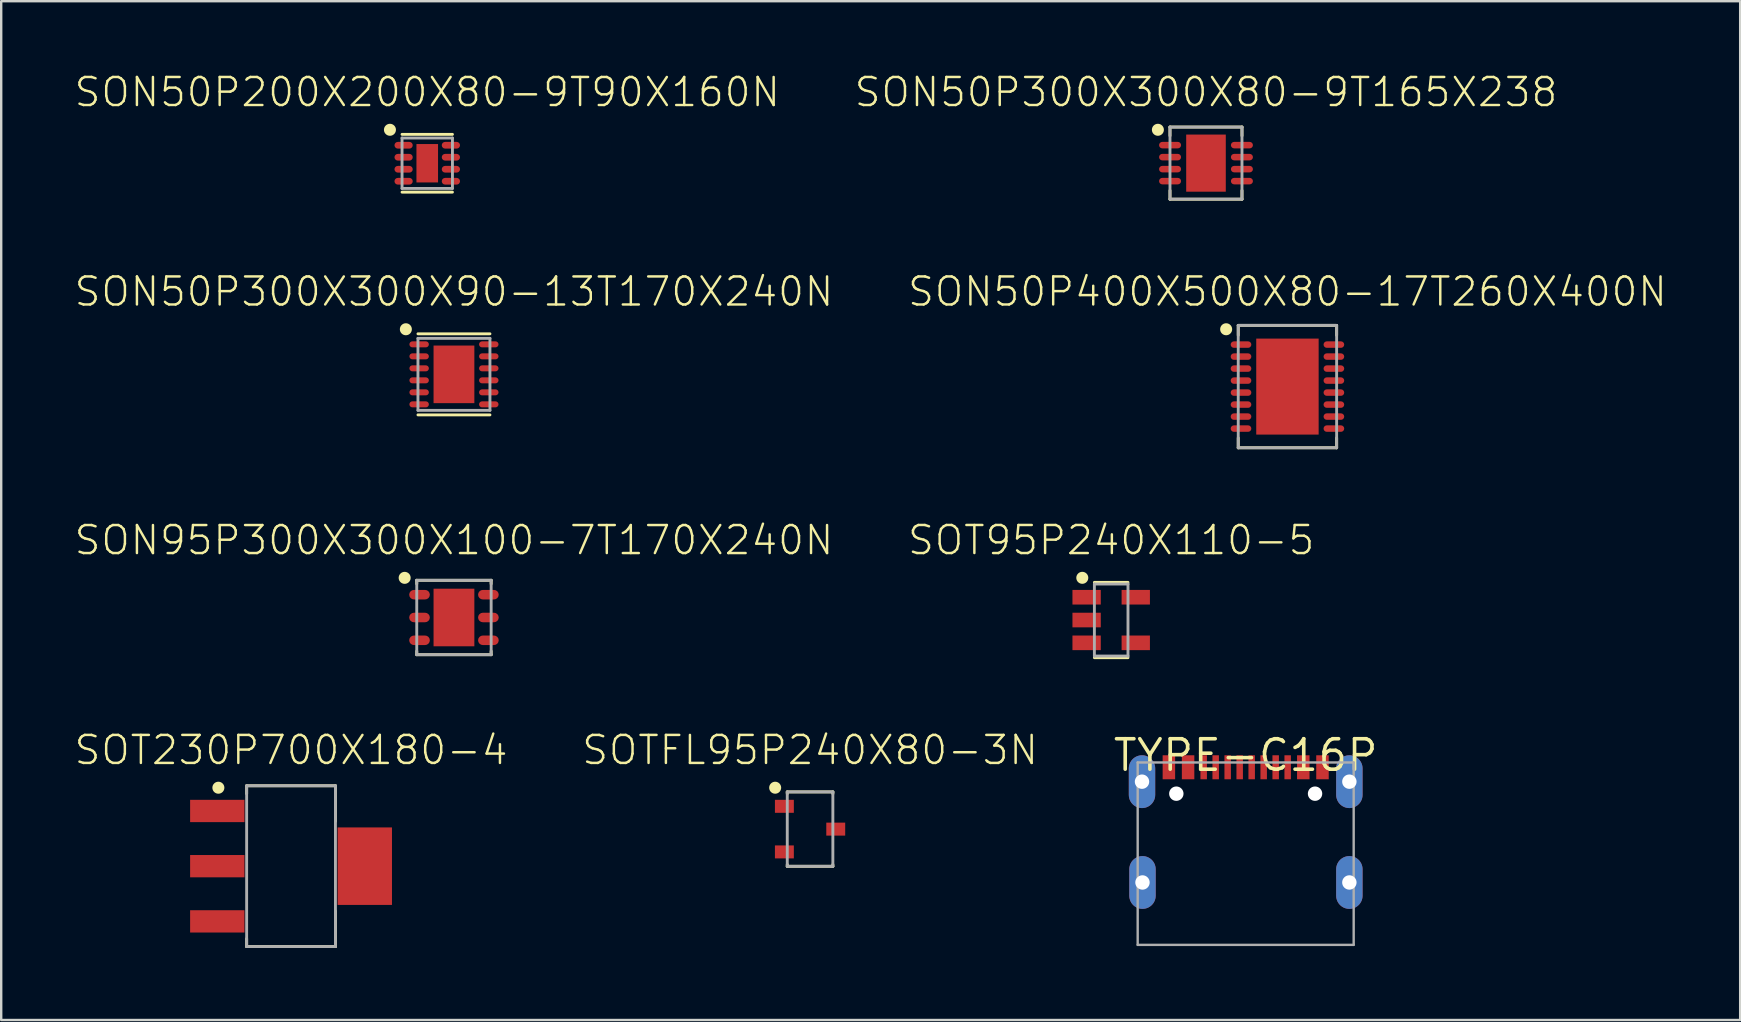
<source format=kicad_pcb>
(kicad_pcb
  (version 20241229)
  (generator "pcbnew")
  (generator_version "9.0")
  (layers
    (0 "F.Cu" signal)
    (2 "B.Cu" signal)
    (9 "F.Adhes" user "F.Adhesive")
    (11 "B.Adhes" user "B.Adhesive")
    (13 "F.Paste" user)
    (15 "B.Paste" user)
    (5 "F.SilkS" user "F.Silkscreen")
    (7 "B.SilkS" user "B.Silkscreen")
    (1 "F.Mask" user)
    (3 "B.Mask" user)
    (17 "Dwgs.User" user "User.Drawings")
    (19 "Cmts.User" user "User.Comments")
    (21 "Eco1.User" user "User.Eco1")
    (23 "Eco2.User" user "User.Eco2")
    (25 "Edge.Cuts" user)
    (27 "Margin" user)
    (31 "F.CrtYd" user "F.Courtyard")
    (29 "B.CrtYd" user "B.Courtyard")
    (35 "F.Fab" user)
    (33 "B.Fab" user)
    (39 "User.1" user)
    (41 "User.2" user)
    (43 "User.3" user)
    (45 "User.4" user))
  (footprint "SOT230P700X180-4"
    (layer "F.Cu")
    (at 9.077 33.041)
    (property "Reference" "SOT230P700X180-4" (at 0 -4.154 0) (unlocked yes) (layer "F.SilkS") (effects (font (size 1.168 1.168) (thickness 0.102)) (justify bottom)))
    (fp_line (start -1.85 -3.35) (end 1.85 -3.35) (stroke (width 0.12) (type solid)) (layer "F.SilkS"))
    (fp_line (start -1.85 -3.019) (end -1.85 -3.35) (stroke (width 0.12) (type solid)) (layer "F.SilkS"))
    (fp_line (start -1.85 3.019) (end -1.85 3.35) (stroke (width 0.12) (type solid)) (layer "F.SilkS"))
    (fp_line (start -1.85 3.35) (end 1.85 3.35) (stroke (width 0.12) (type solid)) (layer "F.SilkS"))
    (fp_line (start 1.85 -3.35) (end 1.85 -1.869) (stroke (width 0.12) (type solid)) (layer "F.SilkS"))
    (fp_line (start 1.85 3.35) (end 1.85 1.869) (stroke (width 0.12) (type solid)) (layer "F.SilkS"))
    (fp_circle (center -3.028 -3.269) (end -2.903 -3.269) (stroke (width 0.25) (type solid)) (fill yes) (layer "F.SilkS"))
    (fp_line (start -1.85 -3.35) (end 1.85 -3.35) (stroke (width 0.12) (type solid)) (layer "F.Fab"))
    (fp_line (start -1.85 3.35) (end -1.85 -3.35) (stroke (width 0.12) (type solid)) (layer "F.Fab"))
    (fp_line (start 1.85 -3.35) (end 1.85 3.35) (stroke (width 0.12) (type solid)) (layer "F.Fab"))
    (fp_line (start 1.85 3.35) (end -1.85 3.35) (stroke (width 0.12) (type solid)) (layer "F.Fab"))
    (pad "1" smd rect (at -3.073 -2.3) (size 2.265 0.929) (layers "F.Cu" "F.Mask" "F.Paste"))
    (pad "2" smd rect (at -3.073 0) (size 2.265 0.929) (layers "F.Cu" "F.Mask" "F.Paste"))
    (pad "3" smd rect (at -3.073 2.3) (size 2.265 0.929) (layers "F.Cu" "F.Mask" "F.Paste"))
    (pad "4" smd rect (at 3.073 0) (size 2.265 3.229) (layers "F.Cu" "F.Mask" "F.Paste")))
  (footprint "SOT95P240X110-5"
    (layer "F.Cu")
    (at 43.25 22.785)
    (property "Reference" "SOT95P240X110-5" (at 0 -2.644 0) (unlocked yes) (layer "F.SilkS") (effects (font (size 1.168 1.168) (thickness 0.102)) (justify bottom)))
    (fp_line (start -0.7 -1.569) (end 0.7 -1.569) (stroke (width 0.12) (type solid)) (layer "F.SilkS"))
    (fp_line (start -0.7 1.569) (end 0.7 1.569) (stroke (width 0.12) (type solid)) (layer "F.SilkS"))
    (fp_circle (center -1.204 -1.759) (end -1.079 -1.759) (stroke (width 0.25) (type solid)) (fill yes) (layer "F.SilkS"))
    (fp_line (start -0.7 -1.5) (end 0.7 -1.5) (stroke (width 0.12) (type solid)) (layer "F.Fab"))
    (fp_line (start -0.7 1.5) (end -0.7 -1.5) (stroke (width 0.12) (type solid)) (layer "F.Fab"))
    (fp_line (start 0.7 -1.5) (end 0.7 1.5) (stroke (width 0.12) (type solid)) (layer "F.Fab"))
    (fp_line (start 0.7 1.5) (end -0.7 1.5) (stroke (width 0.12) (type solid)) (layer "F.Fab"))
    (pad "1" smd rect (at -1.024 -0.95) (size 1.18 0.609) (layers "F.Cu" "F.Mask" "F.Paste"))
    (pad "2" smd rect (at -1.024 0) (size 1.18 0.609) (layers "F.Cu" "F.Mask" "F.Paste"))
    (pad "3" smd rect (at -1.024 0.95) (size 1.18 0.609) (layers "F.Cu" "F.Mask" "F.Paste"))
    (pad "4" smd rect (at 1.024 0.95) (size 1.18 0.609) (layers "F.Cu" "F.Mask" "F.Paste"))
    (pad "5" smd rect (at 1.024 -0.95) (size 1.18 0.609) (layers "F.Cu" "F.Mask" "F.Paste")))
  (footprint "SON50P200X200X80-9T90X160N"
    (layer "F.Cu")
    (at 14.752 3.752)
    (property "Reference" "SON50P200X200X80-9T90X160N" (at 0 -2.279 0) (unlocked yes) (layer "F.SilkS") (effects (font (size 1.168 1.168) (thickness 0.102)) (justify bottom)))
    (fp_line (start -1.05 -1.204) (end 1.05 -1.204) (stroke (width 0.12) (type solid)) (layer "F.SilkS"))
    (fp_line (start -1.05 1.204) (end 1.05 1.204) (stroke (width 0.12) (type solid)) (layer "F.SilkS"))
    (fp_circle (center -1.554 -1.394) (end -1.429 -1.394) (stroke (width 0.25) (type solid)) (fill yes) (layer "F.SilkS"))
    (fp_line (start -1.05 -1.05) (end 1.05 -1.05) (stroke (width 0.12) (type solid)) (layer "F.Fab"))
    (fp_line (start -1.05 1.05) (end -1.05 -1.05) (stroke (width 0.12) (type solid)) (layer "F.Fab"))
    (fp_line (start 1.05 -1.05) (end 1.05 1.05) (stroke (width 0.12) (type solid)) (layer "F.Fab"))
    (fp_line (start 1.05 1.05) (end -1.05 1.05) (stroke (width 0.12) (type solid)) (layer "F.Fab"))
    (pad "1" smd roundrect (at -0.985 -0.75) (size 0.76 0.279) (layers "F.Cu" "F.Mask" "F.Paste") (roundrect_rratio 0.5))
    (pad "2" smd roundrect (at -0.985 -0.25) (size 0.76 0.279) (layers "F.Cu" "F.Mask" "F.Paste") (roundrect_rratio 0.5))
    (pad "3" smd roundrect (at -0.985 0.25) (size 0.76 0.279) (layers "F.Cu" "F.Mask" "F.Paste") (roundrect_rratio 0.5))
    (pad "4" smd roundrect (at -0.985 0.75) (size 0.76 0.279) (layers "F.Cu" "F.Mask" "F.Paste") (roundrect_rratio 0.5))
    (pad "5" smd roundrect (at 0.985 0.75) (size 0.76 0.279) (layers "F.Cu" "F.Mask" "F.Paste") (roundrect_rratio 0.5))
    (pad "6" smd roundrect (at 0.985 0.25) (size 0.76 0.279) (layers "F.Cu" "F.Mask" "F.Paste") (roundrect_rratio 0.5))
    (pad "7" smd roundrect (at 0.985 -0.25) (size 0.76 0.279) (layers "F.Cu" "F.Mask" "F.Paste") (roundrect_rratio 0.5))
    (pad "8" smd roundrect (at 0.985 -0.75) (size 0.76 0.279) (layers "F.Cu" "F.Mask" "F.Paste") (roundrect_rratio 0.5))
    (pad "9" smd rect (at 0 0) (size 0.9 1.6) (layers "F.Cu" "F.Mask" "F.Paste")))
  (footprint "TYPE-C16P"
    (layer "F.Cu")
    (at 48.854 28.42)
    (property "Reference" "TYPE-C16P" (at 0 0 0) (unlocked yes) (layer "F.SilkS") (effects (font (size 1.27 1.27) (thickness 0.15))))
    (fp_line (start -4.5 0.3) (end 4.5 0.3) (stroke (width 0.1) (type solid)) (layer "F.Fab"))
    (fp_line (start -4.5 7.9) (end -4.5 0.3) (stroke (width 0.1) (type solid)) (layer "F.Fab"))
    (fp_line (start 4.5 0.3) (end 4.5 7.9) (stroke (width 0.1) (type solid)) (layer "F.Fab"))
    (fp_line (start 4.5 7.9) (end -4.5 7.9) (stroke (width 0.1) (type solid)) (layer "F.Fab"))
    (pad "" np_thru_hole circle (at -2.89 1.6) (size 0.6 0.6) (drill 0.6) (layers "*.Cu" "*.Mask"))
    (pad "" np_thru_hole circle (at 2.89 1.6) (size 0.6 0.6) (drill 0.6) (layers "*.Cu" "*.Mask"))
    (pad "1" smd rect (at -3.2 0.5 90) (size 1 0.52) (layers "F.Cu" "F.Mask" "F.Paste"))
    (pad "2" smd rect (at -2.4 0.5 90) (size 1 0.52) (layers "F.Cu" "F.Mask" "F.Paste"))
    (pad "3" smd rect (at -1.75 0.5 270) (size 1 0.27) (layers "F.Cu" "F.Mask" "F.Paste"))
    (pad "4" smd rect (at -1.25 0.5 270) (size 1 0.27) (layers "F.Cu" "F.Mask" "F.Paste"))
    (pad "5" smd rect (at -0.75 0.5 270) (size 1 0.27) (layers "F.Cu" "F.Mask" "F.Paste"))
    (pad "6" smd rect (at -0.25 0.5 270) (size 1 0.27) (layers "F.Cu" "F.Mask" "F.Paste"))
    (pad "7" smd rect (at 0.25 0.5 270) (size 1 0.27) (layers "F.Cu" "F.Mask" "F.Paste"))
    (pad "8" smd rect (at 0.75 0.5 270) (size 1 0.27) (layers "F.Cu" "F.Mask" "F.Paste"))
    (pad "9" smd rect (at 1.25 0.5 270) (size 1 0.27) (layers "F.Cu" "F.Mask" "F.Paste"))
    (pad "10" smd rect (at 1.75 0.5 270) (size 1 0.27) (layers "F.Cu" "F.Mask" "F.Paste"))
    (pad "11" smd rect (at 2.4 0.5 90) (size 1 0.52) (layers "F.Cu" "F.Mask" "F.Paste"))
    (pad "12" smd rect (at 3.2 0.5 90) (size 1 0.52) (layers "F.Cu" "F.Mask" "F.Paste"))
    (pad "M1" thru_hole oval (at -4.3 5.3 90) (size 2.2 1.1) (drill 0.6) (layers "*.Cu" "*.Mask"))
    (pad "M2" thru_hole oval (at -4.32 1.1 90) (size 2.2 1.1) (drill 0.6) (layers "*.Cu" "*.Mask"))
    (pad "M3" thru_hole oval (at 4.32 5.3 90) (size 2.2 1.1) (drill 0.6) (layers "*.Cu" "*.Mask"))
    (pad "M4" thru_hole oval (at 4.32 1.1 90) (size 2.2 1.1) (drill 0.6) (layers "*.Cu" "*.Mask")))
  (footprint "SON95P300X300X100-7T170X240N"
    (layer "F.Cu")
    (at 15.865 22.679)
    (property "Reference" "SON95P300X300X100-7T170X240N" (at 0 -2.537 0) (unlocked yes) (layer "F.SilkS") (effects (font (size 1.168 1.168) (thickness 0.102)) (justify bottom)))
    (fp_line (start -1.55 -1.55) (end 1.55 -1.55) (stroke (width 0.12) (type solid)) (layer "F.SilkS"))
    (fp_line (start -1.55 -1.402) (end -1.55 -1.55) (stroke (width 0.12) (type solid)) (layer "F.SilkS"))
    (fp_line (start -1.55 1.402) (end -1.55 1.55) (stroke (width 0.12) (type solid)) (layer "F.SilkS"))
    (fp_line (start -1.55 1.55) (end 1.55 1.55) (stroke (width 0.12) (type solid)) (layer "F.SilkS"))
    (fp_line (start 1.55 -1.55) (end 1.55 -1.402) (stroke (width 0.12) (type solid)) (layer "F.SilkS"))
    (fp_line (start 1.55 1.55) (end 1.55 1.402) (stroke (width 0.12) (type solid)) (layer "F.SilkS"))
    (fp_circle (center -2.054 -1.652) (end -1.929 -1.652) (stroke (width 0.25) (type solid)) (fill yes) (layer "F.SilkS"))
    (fp_line (start -1.55 -1.55) (end 1.55 -1.55) (stroke (width 0.12) (type solid)) (layer "F.Fab"))
    (fp_line (start -1.55 1.55) (end -1.55 -1.55) (stroke (width 0.12) (type solid)) (layer "F.Fab"))
    (fp_line (start 1.55 -1.55) (end 1.55 1.55) (stroke (width 0.12) (type solid)) (layer "F.Fab"))
    (fp_line (start 1.55 1.55) (end -1.55 1.55) (stroke (width 0.12) (type solid)) (layer "F.Fab"))
    (pad "1" smd roundrect (at -1.435 -0.95) (size 0.86 0.397) (layers "F.Cu" "F.Mask" "F.Paste") (roundrect_rratio 0.5))
    (pad "2" smd roundrect (at -1.435 0) (size 0.86 0.397) (layers "F.Cu" "F.Mask" "F.Paste") (roundrect_rratio 0.5))
    (pad "3" smd roundrect (at -1.435 0.95) (size 0.86 0.397) (layers "F.Cu" "F.Mask" "F.Paste") (roundrect_rratio 0.5))
    (pad "4" smd roundrect (at 1.435 0.95) (size 0.86 0.397) (layers "F.Cu" "F.Mask" "F.Paste") (roundrect_rratio 0.5))
    (pad "5" smd roundrect (at 1.435 0) (size 0.86 0.397) (layers "F.Cu" "F.Mask" "F.Paste") (roundrect_rratio 0.5))
    (pad "6" smd roundrect (at 1.435 -0.95) (size 0.86 0.397) (layers "F.Cu" "F.Mask" "F.Paste") (roundrect_rratio 0.5))
    (pad "7" smd rect (at 0 0) (size 1.7 2.4) (layers "F.Cu" "F.Mask" "F.Paste")))
  (footprint "SOTFL95P240X80-3N"
    (layer "F.Cu")
    (at 30.703 31.497)
    (property "Reference" "SOTFL95P240X80-3N" (at 0 -2.61 0) (unlocked yes) (layer "F.SilkS") (effects (font (size 1.168 1.168) (thickness 0.102)) (justify bottom)))
    (fp_line (start -0.95 -1.55) (end 0.95 -1.55) (stroke (width 0.12) (type solid)) (layer "F.SilkS"))
    (fp_line (start -0.95 -1.475) (end -0.95 -1.55) (stroke (width 0.12) (type solid)) (layer "F.SilkS"))
    (fp_line (start -0.95 1.475) (end -0.95 1.55) (stroke (width 0.12) (type solid)) (layer "F.SilkS"))
    (fp_line (start -0.95 1.55) (end 0.95 1.55) (stroke (width 0.12) (type solid)) (layer "F.SilkS"))
    (fp_line (start 0.95 -1.55) (end 0.95 -1.475) (stroke (width 0.12) (type solid)) (layer "F.SilkS"))
    (fp_line (start 0.95 1.55) (end 0.95 1.475) (stroke (width 0.12) (type solid)) (layer "F.SilkS"))
    (fp_circle (center -1.454 -1.725) (end -1.329 -1.725) (stroke (width 0.25) (type solid)) (fill yes) (layer "F.SilkS"))
    (fp_line (start -0.95 -1.55) (end 0.95 -1.55) (stroke (width 0.12) (type solid)) (layer "F.Fab"))
    (fp_line (start -0.95 1.55) (end -0.95 -1.55) (stroke (width 0.12) (type solid)) (layer "F.Fab"))
    (fp_line (start 0.95 -1.55) (end 0.95 1.55) (stroke (width 0.12) (type solid)) (layer "F.Fab"))
    (fp_line (start 0.95 1.55) (end -0.95 1.55) (stroke (width 0.12) (type solid)) (layer "F.Fab"))
    (pad "1" smd rect (at -1.07 -0.95) (size 0.788 0.541) (layers "F.Cu" "F.Mask" "F.Paste"))
    (pad "2" smd rect (at -1.07 0.95) (size 0.788 0.541) (layers "F.Cu" "F.Mask" "F.Paste"))
    (pad "3" smd rect (at 1.07 0) (size 0.788 0.541) (layers "F.Cu" "F.Mask" "F.Paste")))
  (footprint "SON50P300X300X80-9T165X238"
    (layer "F.Cu")
    (at 47.2 3.747)
    (property "Reference" "SON50P300X300X80-9T165X238" (at 0 -2.274 0) (unlocked yes) (layer "F.SilkS") (effects (font (size 1.168 1.168) (thickness 0.102)) (justify bottom)))
    (fp_line (start -1.5 -1.504) (end 1.5 -1.504) (stroke (width 0.12) (type solid)) (layer "F.SilkS"))
    (fp_line (start -1.5 -1.139) (end -1.5 -1.504) (stroke (width 0.12) (type solid)) (layer "F.SilkS"))
    (fp_line (start -1.5 1.139) (end -1.5 1.504) (stroke (width 0.12) (type solid)) (layer "F.SilkS"))
    (fp_line (start -1.5 1.504) (end 1.5 1.504) (stroke (width 0.12) (type solid)) (layer "F.SilkS"))
    (fp_line (start 1.5 -1.504) (end 1.5 -1.139) (stroke (width 0.12) (type solid)) (layer "F.SilkS"))
    (fp_line (start 1.5 1.504) (end 1.5 1.139) (stroke (width 0.12) (type solid)) (layer "F.SilkS"))
    (fp_circle (center -2.004 -1.389) (end -1.879 -1.389) (stroke (width 0.25) (type solid)) (fill yes) (layer "F.SilkS"))
    (fp_line (start -1.5 -1.5) (end 1.5 -1.5) (stroke (width 0.12) (type solid)) (layer "F.Fab"))
    (fp_line (start -1.5 1.5) (end -1.5 -1.5) (stroke (width 0.12) (type solid)) (layer "F.Fab"))
    (fp_line (start 1.5 -1.5) (end 1.5 1.5) (stroke (width 0.12) (type solid)) (layer "F.Fab"))
    (fp_line (start 1.5 1.5) (end -1.5 1.5) (stroke (width 0.12) (type solid)) (layer "F.Fab"))
    (pad "1" smd roundrect (at -1.497 -0.75) (size 0.917 0.27) (layers "F.Cu" "F.Mask" "F.Paste") (roundrect_rratio 0.5))
    (pad "2" smd roundrect (at -1.497 -0.25) (size 0.917 0.27) (layers "F.Cu" "F.Mask" "F.Paste") (roundrect_rratio 0.5))
    (pad "3" smd roundrect (at -1.497 0.25) (size 0.917 0.27) (layers "F.Cu" "F.Mask" "F.Paste") (roundrect_rratio 0.5))
    (pad "4" smd roundrect (at -1.497 0.75) (size 0.917 0.27) (layers "F.Cu" "F.Mask" "F.Paste") (roundrect_rratio 0.5))
    (pad "5" smd roundrect (at 1.497 0.75) (size 0.917 0.27) (layers "F.Cu" "F.Mask" "F.Paste") (roundrect_rratio 0.5))
    (pad "6" smd roundrect (at 1.497 0.25) (size 0.917 0.27) (layers "F.Cu" "F.Mask" "F.Paste") (roundrect_rratio 0.5))
    (pad "7" smd roundrect (at 1.497 -0.25) (size 0.917 0.27) (layers "F.Cu" "F.Mask" "F.Paste") (roundrect_rratio 0.5))
    (pad "8" smd roundrect (at 1.497 -0.75) (size 0.917 0.27) (layers "F.Cu" "F.Mask" "F.Paste") (roundrect_rratio 0.5))
    (pad "9" smd rect (at 0 0) (size 1.65 2.38) (layers "F.Cu" "F.Mask" "F.Paste")))
  (footprint "SON50P300X300X90-13T170X240N"
    (layer "F.Cu")
    (at 15.865 12.548)
    (property "Reference" "SON50P300X300X90-13T170X240N" (at 0 -2.764 0) (unlocked yes) (layer "F.SilkS") (effects (font (size 1.168 1.168) (thickness 0.102)) (justify bottom)))
    (fp_line (start -1.5 -1.689) (end 1.5 -1.689) (stroke (width 0.12) (type solid)) (layer "F.SilkS"))
    (fp_line (start -1.5 1.689) (end 1.5 1.689) (stroke (width 0.12) (type solid)) (layer "F.SilkS"))
    (fp_circle (center -2.004 -1.879) (end -1.879 -1.879) (stroke (width 0.25) (type solid)) (fill yes) (layer "F.SilkS"))
    (fp_line (start -1.5 -1.5) (end 1.5 -1.5) (stroke (width 0.12) (type solid)) (layer "F.Fab"))
    (fp_line (start -1.5 1.5) (end -1.5 -1.5) (stroke (width 0.12) (type solid)) (layer "F.Fab"))
    (fp_line (start 1.5 -1.5) (end 1.5 1.5) (stroke (width 0.12) (type solid)) (layer "F.Fab"))
    (fp_line (start 1.5 1.5) (end -1.5 1.5) (stroke (width 0.12) (type solid)) (layer "F.Fab"))
    (pad "1" smd roundrect (at -1.451 -1.25) (size 0.811 0.25) (layers "F.Cu" "F.Mask" "F.Paste") (roundrect_rratio 0.5))
    (pad "2" smd roundrect (at -1.451 -0.75) (size 0.811 0.25) (layers "F.Cu" "F.Mask" "F.Paste") (roundrect_rratio 0.5))
    (pad "3" smd roundrect (at -1.451 -0.25) (size 0.811 0.25) (layers "F.Cu" "F.Mask" "F.Paste") (roundrect_rratio 0.5))
    (pad "4" smd roundrect (at -1.451 0.25) (size 0.811 0.25) (layers "F.Cu" "F.Mask" "F.Paste") (roundrect_rratio 0.5))
    (pad "5" smd roundrect (at -1.451 0.75) (size 0.811 0.25) (layers "F.Cu" "F.Mask" "F.Paste") (roundrect_rratio 0.5))
    (pad "6" smd roundrect (at -1.451 1.25) (size 0.811 0.25) (layers "F.Cu" "F.Mask" "F.Paste") (roundrect_rratio 0.5))
    (pad "7" smd roundrect (at 1.451 1.25) (size 0.811 0.25) (layers "F.Cu" "F.Mask" "F.Paste") (roundrect_rratio 0.5))
    (pad "8" smd roundrect (at 1.451 0.75) (size 0.811 0.25) (layers "F.Cu" "F.Mask" "F.Paste") (roundrect_rratio 0.5))
    (pad "9" smd roundrect (at 1.451 0.25) (size 0.811 0.25) (layers "F.Cu" "F.Mask" "F.Paste") (roundrect_rratio 0.5))
    (pad "10" smd roundrect (at 1.451 -0.25) (size 0.811 0.25) (layers "F.Cu" "F.Mask" "F.Paste") (roundrect_rratio 0.5))
    (pad "11" smd roundrect (at 1.451 -0.75) (size 0.811 0.25) (layers "F.Cu" "F.Mask" "F.Paste") (roundrect_rratio 0.5))
    (pad "12" smd roundrect (at 1.451 -1.25) (size 0.811 0.25) (layers "F.Cu" "F.Mask" "F.Paste") (roundrect_rratio 0.5))
    (pad "13" smd rect (at 0 0) (size 1.7 2.4) (layers "F.Cu" "F.Mask" "F.Paste")))
  (footprint "SON50P400X500X80-17T260X400N"
    (layer "F.Cu")
    (at 50.594 13.058)
    (property "Reference" "SON50P400X500X80-17T260X400N" (at 0 -3.274 0) (unlocked yes) (layer "F.SilkS") (effects (font (size 1.168 1.168) (thickness 0.102)) (justify bottom)))
    (fp_line (start -2.05 -2.55) (end 2.05 -2.55) (stroke (width 0.12) (type solid)) (layer "F.SilkS"))
    (fp_line (start -2.05 -2.139) (end -2.05 -2.55) (stroke (width 0.12) (type solid)) (layer "F.SilkS"))
    (fp_line (start -2.05 2.139) (end -2.05 2.55) (stroke (width 0.12) (type solid)) (layer "F.SilkS"))
    (fp_line (start -2.05 2.55) (end 2.05 2.55) (stroke (width 0.12) (type solid)) (layer "F.SilkS"))
    (fp_line (start 2.05 -2.55) (end 2.05 -2.139) (stroke (width 0.12) (type solid)) (layer "F.SilkS"))
    (fp_line (start 2.05 2.55) (end 2.05 2.139) (stroke (width 0.12) (type solid)) (layer "F.SilkS"))
    (fp_circle (center -2.554 -2.389) (end -2.429 -2.389) (stroke (width 0.25) (type solid)) (fill yes) (layer "F.SilkS"))
    (fp_line (start -2.05 -2.55) (end 2.05 -2.55) (stroke (width 0.12) (type solid)) (layer "F.Fab"))
    (fp_line (start -2.05 2.55) (end -2.05 -2.55) (stroke (width 0.12) (type solid)) (layer "F.Fab"))
    (fp_line (start 2.05 -2.55) (end 2.05 2.55) (stroke (width 0.12) (type solid)) (layer "F.Fab"))
    (fp_line (start 2.05 2.55) (end -2.05 2.55) (stroke (width 0.12) (type solid)) (layer "F.Fab"))
    (pad "1" smd roundrect (at -1.935 -1.75) (size 0.86 0.27) (layers "F.Cu" "F.Mask" "F.Paste") (roundrect_rratio 0.5))
    (pad "2" smd roundrect (at -1.935 -1.25) (size 0.86 0.27) (layers "F.Cu" "F.Mask" "F.Paste") (roundrect_rratio 0.5))
    (pad "3" smd roundrect (at -1.935 -0.75) (size 0.86 0.27) (layers "F.Cu" "F.Mask" "F.Paste") (roundrect_rratio 0.5))
    (pad "4" smd roundrect (at -1.935 -0.25) (size 0.86 0.27) (layers "F.Cu" "F.Mask" "F.Paste") (roundrect_rratio 0.5))
    (pad "5" smd roundrect (at -1.935 0.25) (size 0.86 0.27) (layers "F.Cu" "F.Mask" "F.Paste") (roundrect_rratio 0.5))
    (pad "6" smd roundrect (at -1.935 0.75) (size 0.86 0.27) (layers "F.Cu" "F.Mask" "F.Paste") (roundrect_rratio 0.5))
    (pad "7" smd roundrect (at -1.935 1.25) (size 0.86 0.27) (layers "F.Cu" "F.Mask" "F.Paste") (roundrect_rratio 0.5))
    (pad "8" smd roundrect (at -1.935 1.75) (size 0.86 0.27) (layers "F.Cu" "F.Mask" "F.Paste") (roundrect_rratio 0.5))
    (pad "9" smd roundrect (at 1.935 1.75) (size 0.86 0.27) (layers "F.Cu" "F.Mask" "F.Paste") (roundrect_rratio 0.5))
    (pad "10" smd roundrect (at 1.935 1.25) (size 0.86 0.27) (layers "F.Cu" "F.Mask" "F.Paste") (roundrect_rratio 0.5))
    (pad "11" smd roundrect (at 1.935 0.75) (size 0.86 0.27) (layers "F.Cu" "F.Mask" "F.Paste") (roundrect_rratio 0.5))
    (pad "12" smd roundrect (at 1.935 0.25) (size 0.86 0.27) (layers "F.Cu" "F.Mask" "F.Paste") (roundrect_rratio 0.5))
    (pad "13" smd roundrect (at 1.935 -0.25) (size 0.86 0.27) (layers "F.Cu" "F.Mask" "F.Paste") (roundrect_rratio 0.5))
    (pad "14" smd roundrect (at 1.935 -0.75) (size 0.86 0.27) (layers "F.Cu" "F.Mask" "F.Paste") (roundrect_rratio 0.5))
    (pad "15" smd roundrect (at 1.935 -1.25) (size 0.86 0.27) (layers "F.Cu" "F.Mask" "F.Paste") (roundrect_rratio 0.5))
    (pad "16" smd roundrect (at 1.935 -1.75) (size 0.86 0.27) (layers "F.Cu" "F.Mask" "F.Paste") (roundrect_rratio 0.5))
    (pad "17" smd rect (at 0 0) (size 2.6 4) (layers "F.Cu" "F.Mask" "F.Paste")))
  (gr_rect
    (start -3 -3)
    (end 69.458 39.451)
    (stroke (width 0.1) (type default))
    (fill no)
    (layer "Edge.Cuts")))
</source>
